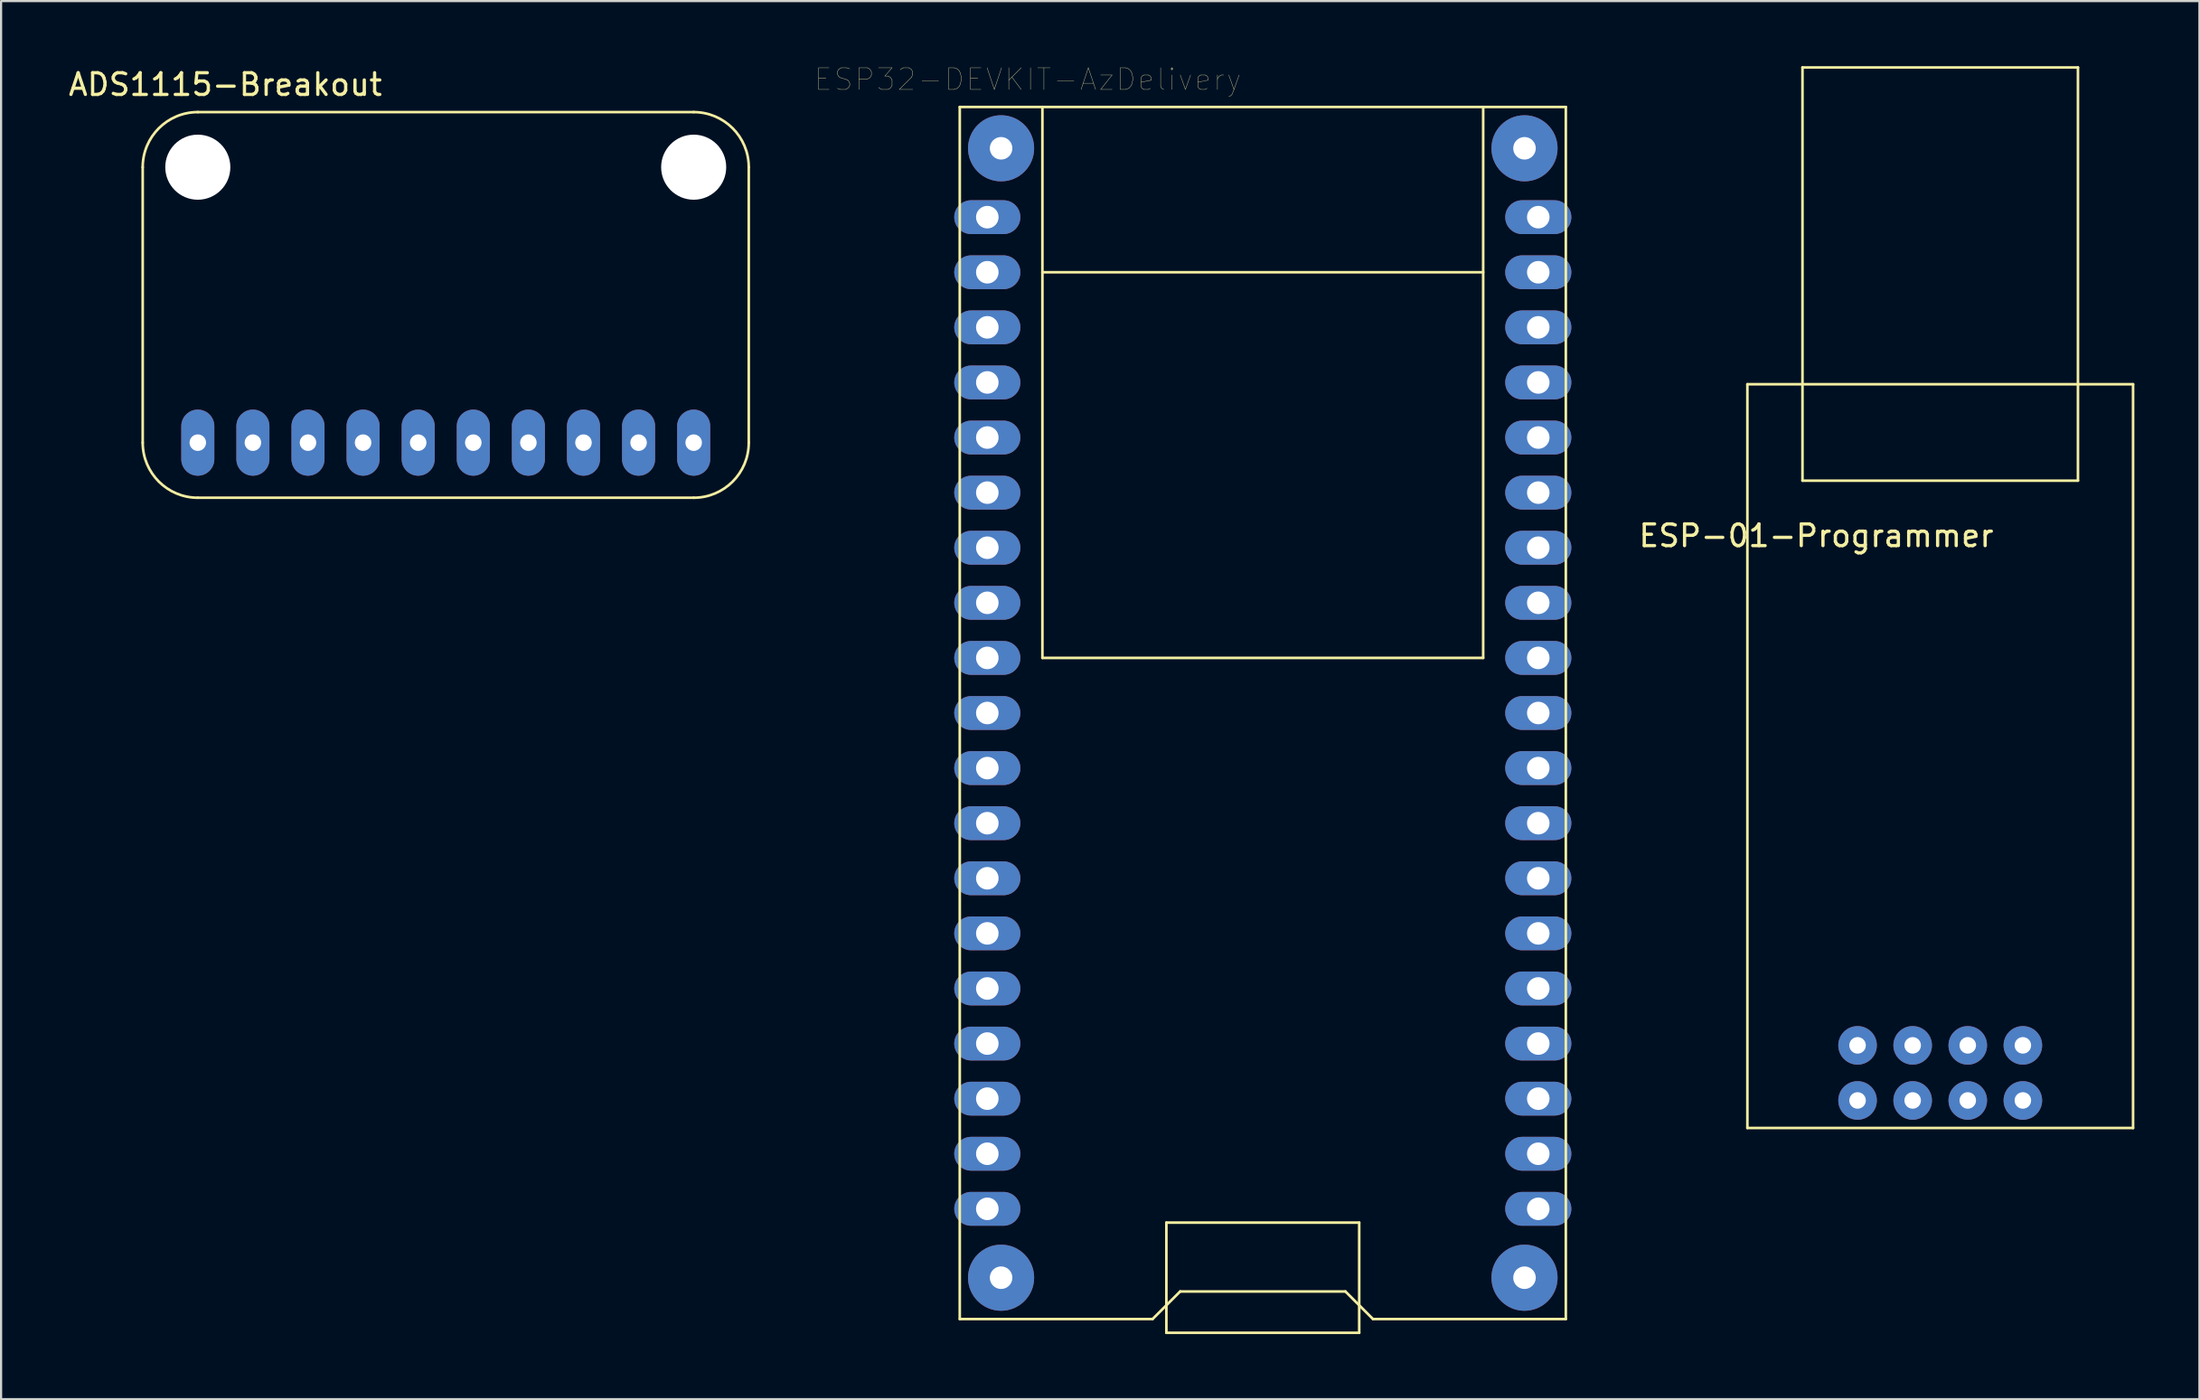
<source format=kicad_pcb>
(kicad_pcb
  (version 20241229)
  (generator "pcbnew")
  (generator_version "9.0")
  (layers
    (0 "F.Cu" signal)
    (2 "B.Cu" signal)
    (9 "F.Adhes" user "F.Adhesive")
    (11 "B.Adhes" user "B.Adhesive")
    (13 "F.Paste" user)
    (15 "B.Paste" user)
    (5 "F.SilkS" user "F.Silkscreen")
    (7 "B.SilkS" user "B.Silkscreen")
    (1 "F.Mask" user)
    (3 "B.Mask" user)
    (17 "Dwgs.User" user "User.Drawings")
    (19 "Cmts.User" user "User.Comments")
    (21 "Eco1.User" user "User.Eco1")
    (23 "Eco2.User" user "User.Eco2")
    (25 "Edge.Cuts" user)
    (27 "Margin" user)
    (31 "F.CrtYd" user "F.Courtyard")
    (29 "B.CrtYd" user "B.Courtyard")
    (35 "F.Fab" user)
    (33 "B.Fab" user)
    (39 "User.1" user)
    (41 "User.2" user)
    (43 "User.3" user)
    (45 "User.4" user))
  (footprint "ADS1115-Breakout"
    (layer "F.Cu")
    (at 17.499 11.008)
    (property "Reference" "ADS1115-Breakout" (at -10.16 -10.16 0) (layer "F.SilkS") (effects (font (size 1 1) (thickness 0.15))))
    (attr through_hole)
    (fp_line (start -13.97 -6.35) (end -13.97 6.35) (stroke (width 0.12) (type solid)) (layer "F.SilkS"))
    (fp_line (start -11.43 8.89) (end 11.43 8.89) (stroke (width 0.12) (type solid)) (layer "F.SilkS"))
    (fp_line (start 11.43 -8.89) (end -11.43 -8.89) (stroke (width 0.12) (type solid)) (layer "F.SilkS"))
    (fp_line (start 13.97 6.35) (end 13.97 -6.35) (stroke (width 0.12) (type solid)) (layer "F.SilkS"))
    (fp_arc (start -13.97 -6.35) (mid -13.226051 -8.146051) (end -11.43 -8.89) (stroke (width 0.12) (type solid)) (layer "F.SilkS"))
    (fp_arc (start -11.43 8.89) (mid -13.226051 8.146051) (end -13.97 6.35) (stroke (width 0.12) (type solid)) (layer "F.SilkS"))
    (fp_arc (start 11.43 -8.89) (mid 13.226051 -8.146051) (end 13.97 -6.35) (stroke (width 0.12) (type solid)) (layer "F.SilkS"))
    (fp_arc (start 13.97 6.35) (mid 13.226051 8.146051) (end 11.43 8.89) (stroke (width 0.12) (type solid)) (layer "F.SilkS"))
    (pad "" np_thru_hole circle (at -11.43 -6.35) (size 3 3) (drill 3) (layers "*.Cu" "*.Mask"))
    (pad "" np_thru_hole circle (at 11.43 -6.35) (size 3 3) (drill 3) (layers "*.Cu" "*.Mask"))
    (pad "1" thru_hole oval (at -1.27 6.35) (size 1.524 3.048) (drill 0.762) (layers "*.Cu" "*.Mask"))
    (pad "2" thru_hole oval (at 1.27 6.35) (size 1.524 3.048) (drill 0.762) (layers "*.Cu" "*.Mask"))
    (pad "3" thru_hole oval (at -8.89 6.35) (size 1.524 3.048) (drill 0.762) (layers "*.Cu" "*.Mask"))
    (pad "4" thru_hole oval (at 3.81 6.35) (size 1.524 3.048) (drill 0.762) (layers "*.Cu" "*.Mask"))
    (pad "5" thru_hole oval (at 6.35 6.35) (size 1.524 3.048) (drill 0.762) (layers "*.Cu" "*.Mask"))
    (pad "6" thru_hole oval (at 8.89 6.35) (size 1.524 3.048) (drill 0.762) (layers "*.Cu" "*.Mask"))
    (pad "7" thru_hole oval (at 11.43 6.35) (size 1.524 3.048) (drill 0.762) (layers "*.Cu" "*.Mask"))
    (pad "8" thru_hole oval (at -11.43 6.35) (size 1.524 3.048) (drill 0.762) (layers "*.Cu" "*.Mask"))
    (pad "9" thru_hole oval (at -3.81 6.35) (size 1.524 3.048) (drill 0.762) (layers "*.Cu" "*.Mask"))
    (pad "10" thru_hole oval (at -6.35 6.35) (size 1.524 3.048) (drill 0.762) (layers "*.Cu" "*.Mask")))
  (footprint "ESP-01-Programmer"
    (layer "F.Cu")
    (at 86.396 31.81)
    (property "Reference" "ESP-01-Programmer" (at -5.715 -10.16 0) (layer "F.SilkS") (effects (font (size 1 1) (thickness 0.15))))
    (attr through_hole)
    (fp_line (start -8.89 -17.145) (end 8.89 -17.145) (stroke (width 0.12) (type solid)) (layer "F.SilkS"))
    (fp_line (start -8.89 17.145) (end -8.89 -17.145) (stroke (width 0.12) (type solid)) (layer "F.SilkS"))
    (fp_line (start -6.35 -31.75) (end 6.35 -31.75) (stroke (width 0.12) (type solid)) (layer "F.SilkS"))
    (fp_line (start -6.35 -12.7) (end -6.35 -31.75) (stroke (width 0.12) (type solid)) (layer "F.SilkS"))
    (fp_line (start -6.35 -12.7) (end 6.35 -12.7) (stroke (width 0.12) (type solid)) (layer "F.SilkS"))
    (fp_line (start 6.35 -31.75) (end 6.35 -12.7) (stroke (width 0.12) (type solid)) (layer "F.SilkS"))
    (fp_line (start 8.89 -17.145) (end 8.89 17.145) (stroke (width 0.12) (type solid)) (layer "F.SilkS"))
    (fp_line (start 8.89 17.145) (end -8.89 17.145) (stroke (width 0.12) (type solid)) (layer "F.SilkS"))
    (pad "1" thru_hole circle (at 3.81 13.335) (size 1.778 1.778) (drill 0.762) (layers "*.Cu" "*.Mask"))
    (pad "2" thru_hole circle (at 3.81 15.875) (size 1.778 1.778) (drill 0.762) (layers "*.Cu" "*.Mask"))
    (pad "3" thru_hole circle (at 1.27 13.335) (size 1.778 1.778) (drill 0.762) (layers "*.Cu" "*.Mask"))
    (pad "4" thru_hole circle (at 1.27 15.875) (size 1.778 1.778) (drill 0.762) (layers "*.Cu" "*.Mask"))
    (pad "5" thru_hole circle (at -1.27 13.335) (size 1.778 1.778) (drill 0.762) (layers "*.Cu" "*.Mask"))
    (pad "6" thru_hole circle (at -1.27 15.875) (size 1.778 1.778) (drill 0.762) (layers "*.Cu" "*.Mask"))
    (pad "7" thru_hole circle (at -3.81 13.335) (size 1.778 1.778) (drill 0.762) (layers "*.Cu" "*.Mask"))
    (pad "8" thru_hole circle (at -3.81 15.875) (size 1.778 1.778) (drill 0.762) (layers "*.Cu" "*.Mask")))
  (footprint "ESP32-DEVKIT-AzDelivery"
    (layer "F.Cu")
    (at 55.166 29.822)
    (property "Reference" "ESP32-DEVKIT-AzDelivery" (at -10.829 -29.21 0) (layer "F.SilkS") (effects (font (size 1 1) (thickness 0.015))))
    (attr through_hole)
    (fp_line (start -13.97 -27.94) (end -13.97 27.94) (stroke (width 0.12) (type solid)) (layer "F.SilkS"))
    (fp_line (start -13.97 -27.94) (end 13.97 -27.94) (stroke (width 0.12) (type solid)) (layer "F.SilkS"))
    (fp_line (start -13.97 27.94) (end -5.08 27.94) (stroke (width 0.12) (type solid)) (layer "F.SilkS"))
    (fp_line (start -10.16 -27.94) (end -10.16 -2.54) (stroke (width 0.12) (type solid)) (layer "F.SilkS"))
    (fp_line (start -10.16 -2.54) (end 10.16 -2.54) (stroke (width 0.12) (type solid)) (layer "F.SilkS"))
    (fp_line (start -5.08 27.94) (end -3.81 26.67) (stroke (width 0.12) (type solid)) (layer "F.SilkS"))
    (fp_line (start -4.445 23.495) (end -4.445 28.575) (stroke (width 0.12) (type solid)) (layer "F.SilkS"))
    (fp_line (start -4.445 23.495) (end 4.445 23.495) (stroke (width 0.12) (type solid)) (layer "F.SilkS"))
    (fp_line (start -4.445 28.575) (end 4.445 28.575) (stroke (width 0.12) (type solid)) (layer "F.SilkS"))
    (fp_line (start -3.81 26.67) (end 3.81 26.67) (stroke (width 0.12) (type solid)) (layer "F.SilkS"))
    (fp_line (start 3.81 26.67) (end 5.08 27.94) (stroke (width 0.12) (type solid)) (layer "F.SilkS"))
    (fp_line (start 4.445 23.495) (end 4.445 28.575) (stroke (width 0.12) (type solid)) (layer "F.SilkS"))
    (fp_line (start 5.08 27.94) (end 13.97 27.94) (stroke (width 0.12) (type solid)) (layer "F.SilkS"))
    (fp_line (start 10.16 -27.94) (end 10.16 -2.54) (stroke (width 0.12) (type solid)) (layer "F.SilkS"))
    (fp_line (start 10.16 -20.32) (end -10.16 -20.32) (stroke (width 0.12) (type solid)) (layer "F.SilkS"))
    (fp_line (start 13.97 -27.94) (end 13.97 27.94) (stroke (width 0.12) (type solid)) (layer "F.SilkS"))
    (pad "" np_thru_hole circle (at -12.065 -26.035) (size 3.048 3.048) (drill 1.04) (layers "*.Cu" "*.Mask"))
    (pad "" np_thru_hole circle (at -12.065 26.035) (size 3.048 3.048) (drill 1.04) (layers "*.Cu" "*.Mask"))
    (pad "" np_thru_hole circle (at 12.065 -26.035) (size 3.048 3.048) (drill 1.04) (layers "*.Cu" "*.Mask"))
    (pad "" np_thru_hole circle (at 12.065 26.035) (size 3.048 3.048) (drill 1.04) (layers "*.Cu" "*.Mask"))
    (pad "1" thru_hole oval (at -12.7 -22.86) (size 3.048 1.56) (drill 1.04) (layers "*.Cu" "*.Mask"))
    (pad "2" thru_hole oval (at -12.7 -20.32) (size 3.048 1.56) (drill 1.04) (layers "*.Cu" "*.Mask"))
    (pad "3" thru_hole oval (at -12.7 -17.78) (size 3.048 1.56) (drill 1.04) (layers "*.Cu" "*.Mask"))
    (pad "4" thru_hole oval (at -12.7 -15.24) (size 3.048 1.56) (drill 1.04) (layers "*.Cu" "*.Mask"))
    (pad "5" thru_hole oval (at -12.7 -12.7) (size 3.048 1.56) (drill 1.04) (layers "*.Cu" "*.Mask"))
    (pad "6" thru_hole oval (at -12.7 -10.16) (size 3.048 1.56) (drill 1.04) (layers "*.Cu" "*.Mask"))
    (pad "7" thru_hole oval (at -12.7 -7.62) (size 3.048 1.56) (drill 1.04) (layers "*.Cu" "*.Mask"))
    (pad "8" thru_hole oval (at -12.7 -5.08) (size 3.048 1.56) (drill 1.04) (layers "*.Cu" "*.Mask"))
    (pad "9" thru_hole oval (at -12.7 -2.54) (size 3.048 1.56) (drill 1.04) (layers "*.Cu" "*.Mask"))
    (pad "10" thru_hole oval (at -12.7 0) (size 3.048 1.56) (drill 1.04) (layers "*.Cu" "*.Mask"))
    (pad "11" thru_hole oval (at -12.7 2.54) (size 3.048 1.56) (drill 1.04) (layers "*.Cu" "*.Mask"))
    (pad "12" thru_hole oval (at -12.7 5.08) (size 3.048 1.56) (drill 1.04) (layers "*.Cu" "*.Mask"))
    (pad "13" thru_hole oval (at -12.7 7.62) (size 3.048 1.56) (drill 1.04) (layers "*.Cu" "*.Mask"))
    (pad "14" thru_hole oval (at -12.7 10.16) (size 3.048 1.56) (drill 1.04) (layers "*.Cu" "*.Mask"))
    (pad "15" thru_hole oval (at -12.7 12.7) (size 3.048 1.56) (drill 1.04) (layers "*.Cu" "*.Mask"))
    (pad "16" thru_hole oval (at -12.7 15.24) (size 3.048 1.56) (drill 1.04) (layers "*.Cu" "*.Mask"))
    (pad "17" thru_hole oval (at -12.7 17.78) (size 3.048 1.56) (drill 1.04) (layers "*.Cu" "*.Mask"))
    (pad "18" thru_hole oval (at -12.7 20.32) (size 3.048 1.56) (drill 1.04) (layers "*.Cu" "*.Mask"))
    (pad "19" thru_hole oval (at -12.7 22.86) (size 3.048 1.56) (drill 1.04) (layers "*.Cu" "*.Mask"))
    (pad "20" thru_hole oval (at 12.7 22.86) (size 3.048 1.56) (drill 1.04) (layers "*.Cu" "*.Mask"))
    (pad "21" thru_hole oval (at 12.7 20.32) (size 3.048 1.56) (drill 1.04) (layers "*.Cu" "*.Mask"))
    (pad "22" thru_hole oval (at 12.7 17.78) (size 3.048 1.56) (drill 1.04) (layers "*.Cu" "*.Mask"))
    (pad "23" thru_hole oval (at 12.7 15.24) (size 3.048 1.56) (drill 1.04) (layers "*.Cu" "*.Mask"))
    (pad "24" thru_hole oval (at 12.7 12.7) (size 3.048 1.56) (drill 1.04) (layers "*.Cu" "*.Mask"))
    (pad "25" thru_hole oval (at 12.7 10.16) (size 3.048 1.56) (drill 1.04) (layers "*.Cu" "*.Mask"))
    (pad "26" thru_hole oval (at 12.7 7.62) (size 3.048 1.56) (drill 1.04) (layers "*.Cu" "*.Mask"))
    (pad "27" thru_hole oval (at 12.7 5.08) (size 3.048 1.56) (drill 1.04) (layers "*.Cu" "*.Mask"))
    (pad "28" thru_hole oval (at 12.7 2.54) (size 3.048 1.56) (drill 1.04) (layers "*.Cu" "*.Mask"))
    (pad "29" thru_hole oval (at 12.7 0) (size 3.048 1.56) (drill 1.04) (layers "*.Cu" "*.Mask"))
    (pad "30" thru_hole oval (at 12.7 -2.54) (size 3.048 1.56) (drill 1.04) (layers "*.Cu" "*.Mask"))
    (pad "31" thru_hole oval (at 12.7 -5.08) (size 3.048 1.56) (drill 1.04) (layers "*.Cu" "*.Mask"))
    (pad "32" thru_hole oval (at 12.7 -7.62) (size 3.048 1.56) (drill 1.04) (layers "*.Cu" "*.Mask"))
    (pad "33" thru_hole oval (at 12.7 -10.16) (size 3.048 1.56) (drill 1.04) (layers "*.Cu" "*.Mask"))
    (pad "34" thru_hole oval (at 12.7 -12.7) (size 3.048 1.56) (drill 1.04) (layers "*.Cu" "*.Mask"))
    (pad "35" thru_hole oval (at 12.7 -15.24) (size 3.048 1.56) (drill 1.04) (layers "*.Cu" "*.Mask"))
    (pad "36" thru_hole oval (at 12.7 -17.78) (size 3.048 1.56) (drill 1.04) (layers "*.Cu" "*.Mask"))
    (pad "37" thru_hole oval (at 12.7 -20.32) (size 3.048 1.56) (drill 1.04) (layers "*.Cu" "*.Mask"))
    (pad "38" thru_hole oval (at 12.7 -22.86) (size 3.048 1.56) (drill 1.04) (layers "*.Cu" "*.Mask")))
  (gr_rect
    (start -3 -3)
    (end 98.346 61.457)
    (stroke (width 0.1) (type default))
    (fill no)
    (layer "Edge.Cuts")))
</source>
